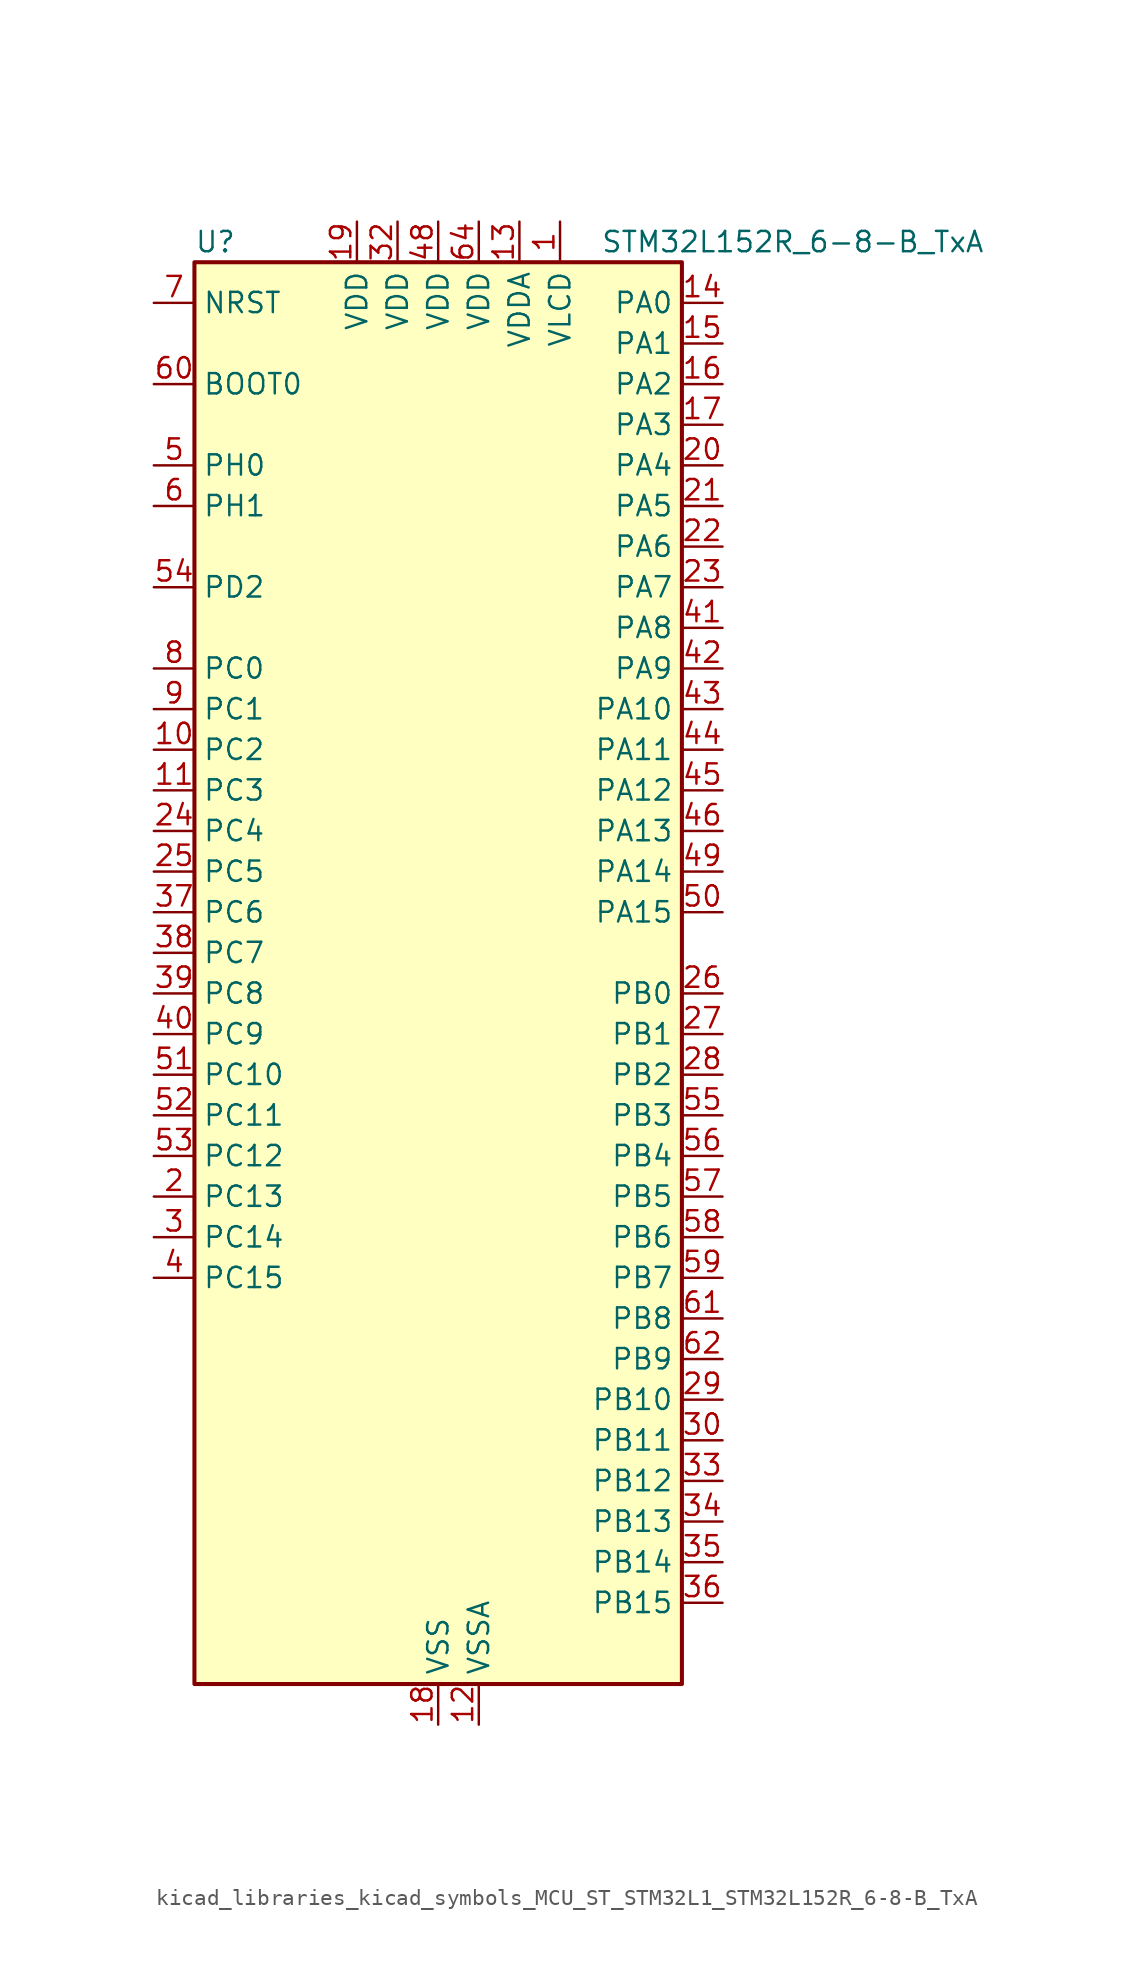
<source format=kicad_sym>
(kicad_symbol_lib
  (version 20220914)
  (generator kicad_symbol_editor)
  (symbol "kicad_libraries_kicad_symbols_MCU_ST_STM32L1_STM32L152R_6-8-B_TxA"
    (property "Reference" "U"
      (at -15.24 46.99 0)
      (effects (font (size 1.27 1.27)) (justify left)))
    (property "Value" "STM32L152R_6-8-B_TxA"
      (at 10.16 46.99 0)
      (effects (font (size 1.27 1.27)) (justify left)))
    (property "ki_locked" ""
      (at 0 0 0)
      (effects (font (size 1.27 1.27))))
    (symbol "kicad_libraries_kicad_symbols_MCU_ST_STM32L1_STM32L152R_6-8-B_TxA_0_1"
      (rectangle (start -15.24 -43.18) (end 15.24 45.72) (stroke (width 0.254) (type default)) (fill (type background))))
    (symbol "kicad_libraries_kicad_symbols_MCU_ST_STM32L1_STM32L152R_6-8-B_TxA_1_1"
      (pin power_in line (at 7.62 48.26 270) (length 2.54) (name "VLCD" (effects (font (size 1.27 1.27)))) (number "1" (effects (font (size 1.27 1.27)))))
      (pin bidirectional line (at -17.78 15.24 0) (length 2.54) (name "PC2" (effects (font (size 1.27 1.27)))) (number "10" (effects (font (size 1.27 1.27)))) (alternate "ADC_IN12" bidirectional line) (alternate "COMP1_INP" bidirectional line) (alternate "LCD_SEG20" bidirectional line) (alternate "TIMX_IC3" bidirectional line) (alternate "TS_G8_IO3" bidirectional line))
      (pin bidirectional line (at -17.78 12.7 0) (length 2.54) (name "PC3" (effects (font (size 1.27 1.27)))) (number "11" (effects (font (size 1.27 1.27)))) (alternate "ADC_IN13" bidirectional line) (alternate "COMP1_INP" bidirectional line) (alternate "LCD_SEG21" bidirectional line) (alternate "TIMX_IC4" bidirectional line) (alternate "TS_G8_IO4" bidirectional line))
      (pin power_in line (at 2.54 -45.72 90) (length 2.54) (name "VSSA" (effects (font (size 1.27 1.27)))) (number "12" (effects (font (size 1.27 1.27)))))
      (pin power_in line (at 5.08 48.26 270) (length 2.54) (name "VDDA" (effects (font (size 1.27 1.27)))) (number "13" (effects (font (size 1.27 1.27)))))
      (pin bidirectional line (at 17.78 43.18 180) (length 2.54) (name "PA0" (effects (font (size 1.27 1.27)))) (number "14" (effects (font (size 1.27 1.27)))) (alternate "ADC_IN0" bidirectional line) (alternate "COMP1_INP" bidirectional line) (alternate "RTC_TAMP2" bidirectional line) (alternate "SYS_WKUP1" bidirectional line) (alternate "TIM2_CH1" bidirectional line) (alternate "TIM2_ETR" bidirectional line) (alternate "TIMX_IC1" bidirectional line) (alternate "TS_G1_IO1" bidirectional line) (alternate "USART2_CTS" bidirectional line))
      (pin bidirectional line (at 17.78 40.64 180) (length 2.54) (name "PA1" (effects (font (size 1.27 1.27)))) (number "15" (effects (font (size 1.27 1.27)))) (alternate "ADC_IN1" bidirectional line) (alternate "COMP1_INP" bidirectional line) (alternate "LCD_SEG0" bidirectional line) (alternate "TIM2_CH2" bidirectional line) (alternate "TIMX_IC2" bidirectional line) (alternate "TS_G1_IO2" bidirectional line) (alternate "USART2_RTS" bidirectional line))
      (pin bidirectional line (at 17.78 38.1 180) (length 2.54) (name "PA2" (effects (font (size 1.27 1.27)))) (number "16" (effects (font (size 1.27 1.27)))) (alternate "ADC_IN2" bidirectional line) (alternate "COMP1_INP" bidirectional line) (alternate "LCD_SEG1" bidirectional line) (alternate "TIM2_CH3" bidirectional line) (alternate "TIM9_CH1" bidirectional line) (alternate "TIMX_IC3" bidirectional line) (alternate "TS_G1_IO3" bidirectional line) (alternate "USART2_TX" bidirectional line))
      (pin bidirectional line (at 17.78 35.56 180) (length 2.54) (name "PA3" (effects (font (size 1.27 1.27)))) (number "17" (effects (font (size 1.27 1.27)))) (alternate "ADC_IN3" bidirectional line) (alternate "COMP1_INP" bidirectional line) (alternate "LCD_SEG2" bidirectional line) (alternate "TIM2_CH4" bidirectional line) (alternate "TIM9_CH2" bidirectional line) (alternate "TIMX_IC4" bidirectional line) (alternate "TS_G1_IO4" bidirectional line) (alternate "USART2_RX" bidirectional line))
      (pin power_in line (at 0 -45.72 90) (length 2.54) (name "VSS" (effects (font (size 1.27 1.27)))) (number "18" (effects (font (size 1.27 1.27)))))
      (pin power_in line (at -5.08 48.26 270) (length 2.54) (name "VDD" (effects (font (size 1.27 1.27)))) (number "19" (effects (font (size 1.27 1.27)))))
      (pin bidirectional line (at -17.78 -12.7 0) (length 2.54) (name "PC13" (effects (font (size 1.27 1.27)))) (number "2" (effects (font (size 1.27 1.27)))) (alternate "RTC_OUT_ALARM" bidirectional line) (alternate "RTC_OUT_CALIB" bidirectional line) (alternate "RTC_TAMP1" bidirectional line) (alternate "RTC_TS" bidirectional line) (alternate "SYS_WKUP2" bidirectional line) (alternate "TIMX_IC2" bidirectional line))
      (pin bidirectional line (at 17.78 33.02 180) (length 2.54) (name "PA4" (effects (font (size 1.27 1.27)))) (number "20" (effects (font (size 1.27 1.27)))) (alternate "ADC_IN4" bidirectional line) (alternate "COMP1_INP" bidirectional line) (alternate "DAC_OUT1" bidirectional line) (alternate "SPI1_NSS" bidirectional line) (alternate "TIMX_IC1" bidirectional line) (alternate "USART2_CK" bidirectional line))
      (pin bidirectional line (at 17.78 30.48 180) (length 2.54) (name "PA5" (effects (font (size 1.27 1.27)))) (number "21" (effects (font (size 1.27 1.27)))) (alternate "ADC_IN5" bidirectional line) (alternate "COMP1_INP" bidirectional line) (alternate "DAC_OUT2" bidirectional line) (alternate "SPI1_SCK" bidirectional line) (alternate "TIM2_CH1" bidirectional line) (alternate "TIM2_ETR" bidirectional line) (alternate "TIMX_IC2" bidirectional line))
      (pin bidirectional line (at 17.78 27.94 180) (length 2.54) (name "PA6" (effects (font (size 1.27 1.27)))) (number "22" (effects (font (size 1.27 1.27)))) (alternate "ADC_IN6" bidirectional line) (alternate "COMP1_INP" bidirectional line) (alternate "LCD_SEG3" bidirectional line) (alternate "SPI1_MISO" bidirectional line) (alternate "TIM10_CH1" bidirectional line) (alternate "TIM3_CH1" bidirectional line) (alternate "TIMX_IC3" bidirectional line) (alternate "TS_G2_IO1" bidirectional line))
      (pin bidirectional line (at 17.78 25.4 180) (length 2.54) (name "PA7" (effects (font (size 1.27 1.27)))) (number "23" (effects (font (size 1.27 1.27)))) (alternate "ADC_IN7" bidirectional line) (alternate "COMP1_INP" bidirectional line) (alternate "LCD_SEG4" bidirectional line) (alternate "SPI1_MOSI" bidirectional line) (alternate "TIM11_CH1" bidirectional line) (alternate "TIM3_CH2" bidirectional line) (alternate "TIMX_IC4" bidirectional line) (alternate "TS_G2_IO2" bidirectional line))
      (pin bidirectional line (at -17.78 10.16 0) (length 2.54) (name "PC4" (effects (font (size 1.27 1.27)))) (number "24" (effects (font (size 1.27 1.27)))) (alternate "ADC_IN14" bidirectional line) (alternate "COMP1_INP" bidirectional line) (alternate "LCD_SEG22" bidirectional line) (alternate "TIMX_IC1" bidirectional line) (alternate "TS_G9_IO1" bidirectional line))
      (pin bidirectional line (at -17.78 7.62 0) (length 2.54) (name "PC5" (effects (font (size 1.27 1.27)))) (number "25" (effects (font (size 1.27 1.27)))) (alternate "ADC_IN15" bidirectional line) (alternate "COMP1_INP" bidirectional line) (alternate "LCD_SEG23" bidirectional line) (alternate "TIMX_IC2" bidirectional line) (alternate "TS_G9_IO2" bidirectional line))
      (pin bidirectional line (at 17.78 0 180) (length 2.54) (name "PB0" (effects (font (size 1.27 1.27)))) (number "26" (effects (font (size 1.27 1.27)))) (alternate "ADC_IN8" bidirectional line) (alternate "COMP1_INP" bidirectional line) (alternate "LCD_SEG5" bidirectional line) (alternate "SYS_V_REF_OUT" bidirectional line) (alternate "TIM3_CH3" bidirectional line) (alternate "TS_G3_IO1" bidirectional line))
      (pin bidirectional line (at 17.78 -2.54 180) (length 2.54) (name "PB1" (effects (font (size 1.27 1.27)))) (number "27" (effects (font (size 1.27 1.27)))) (alternate "ADC_IN9" bidirectional line) (alternate "COMP1_INP" bidirectional line) (alternate "LCD_SEG6" bidirectional line) (alternate "SYS_V_REF_OUT" bidirectional line) (alternate "TIM3_CH4" bidirectional line) (alternate "TS_G3_IO2" bidirectional line))
      (pin bidirectional line (at 17.78 -5.08 180) (length 2.54) (name "PB2" (effects (font (size 1.27 1.27)))) (number "28" (effects (font (size 1.27 1.27)))) (alternate "TS_G3_IO3" bidirectional line))
      (pin bidirectional line (at 17.78 -25.4 180) (length 2.54) (name "PB10" (effects (font (size 1.27 1.27)))) (number "29" (effects (font (size 1.27 1.27)))) (alternate "I2C2_SCL" bidirectional line) (alternate "LCD_SEG10" bidirectional line) (alternate "TIM2_CH3" bidirectional line) (alternate "USART3_TX" bidirectional line))
      (pin bidirectional line (at -17.78 -15.24 0) (length 2.54) (name "PC14" (effects (font (size 1.27 1.27)))) (number "3" (effects (font (size 1.27 1.27)))) (alternate "RCC_OSC32_IN" bidirectional line) (alternate "TIMX_IC3" bidirectional line))
      (pin bidirectional line (at 17.78 -27.94 180) (length 2.54) (name "PB11" (effects (font (size 1.27 1.27)))) (number "30" (effects (font (size 1.27 1.27)))) (alternate "ADC_EXTI11" bidirectional line) (alternate "I2C2_SDA" bidirectional line) (alternate "LCD_SEG11" bidirectional line) (alternate "TIM2_CH4" bidirectional line) (alternate "USART3_RX" bidirectional line))
      (pin passive line (at 0 -45.72 90) (length 2.54) hide (name "VSS" (effects (font (size 1.27 1.27)))) (number "31" (effects (font (size 1.27 1.27)))))
      (pin power_in line (at -2.54 48.26 270) (length 2.54) (name "VDD" (effects (font (size 1.27 1.27)))) (number "32" (effects (font (size 1.27 1.27)))))
      (pin bidirectional line (at 17.78 -30.48 180) (length 2.54) (name "PB12" (effects (font (size 1.27 1.27)))) (number "33" (effects (font (size 1.27 1.27)))) (alternate "ADC_IN18" bidirectional line) (alternate "COMP1_INP" bidirectional line) (alternate "I2C2_SMBA" bidirectional line) (alternate "LCD_SEG12" bidirectional line) (alternate "SPI2_NSS" bidirectional line) (alternate "TIM10_CH1" bidirectional line) (alternate "TS_G7_IO1" bidirectional line) (alternate "USART3_CK" bidirectional line))
      (pin bidirectional line (at 17.78 -33.02 180) (length 2.54) (name "PB13" (effects (font (size 1.27 1.27)))) (number "34" (effects (font (size 1.27 1.27)))) (alternate "ADC_IN19" bidirectional line) (alternate "COMP1_INP" bidirectional line) (alternate "LCD_SEG13" bidirectional line) (alternate "SPI2_SCK" bidirectional line) (alternate "TIM9_CH1" bidirectional line) (alternate "TS_G7_IO2" bidirectional line) (alternate "USART3_CTS" bidirectional line))
      (pin bidirectional line (at 17.78 -35.56 180) (length 2.54) (name "PB14" (effects (font (size 1.27 1.27)))) (number "35" (effects (font (size 1.27 1.27)))) (alternate "ADC_IN20" bidirectional line) (alternate "COMP1_INP" bidirectional line) (alternate "LCD_SEG14" bidirectional line) (alternate "SPI2_MISO" bidirectional line) (alternate "TIM9_CH2" bidirectional line) (alternate "TS_G7_IO3" bidirectional line) (alternate "USART3_RTS" bidirectional line))
      (pin bidirectional line (at 17.78 -38.1 180) (length 2.54) (name "PB15" (effects (font (size 1.27 1.27)))) (number "36" (effects (font (size 1.27 1.27)))) (alternate "ADC_EXTI15" bidirectional line) (alternate "ADC_IN21" bidirectional line) (alternate "COMP1_INP" bidirectional line) (alternate "LCD_SEG15" bidirectional line) (alternate "RTC_REFIN" bidirectional line) (alternate "SPI2_MOSI" bidirectional line) (alternate "TIM11_CH1" bidirectional line) (alternate "TS_G7_IO4" bidirectional line))
      (pin bidirectional line (at -17.78 5.08 0) (length 2.54) (name "PC6" (effects (font (size 1.27 1.27)))) (number "37" (effects (font (size 1.27 1.27)))) (alternate "LCD_SEG24" bidirectional line) (alternate "TIM3_CH1" bidirectional line) (alternate "TIMX_IC3" bidirectional line) (alternate "TS_G10_IO1" bidirectional line))
      (pin bidirectional line (at -17.78 2.54 0) (length 2.54) (name "PC7" (effects (font (size 1.27 1.27)))) (number "38" (effects (font (size 1.27 1.27)))) (alternate "LCD_SEG25" bidirectional line) (alternate "TIM3_CH2" bidirectional line) (alternate "TIMX_IC4" bidirectional line) (alternate "TS_G10_IO2" bidirectional line))
      (pin bidirectional line (at -17.78 0 0) (length 2.54) (name "PC8" (effects (font (size 1.27 1.27)))) (number "39" (effects (font (size 1.27 1.27)))) (alternate "LCD_SEG26" bidirectional line) (alternate "TIM3_CH3" bidirectional line) (alternate "TIMX_IC1" bidirectional line) (alternate "TS_G10_IO3" bidirectional line))
      (pin bidirectional line (at -17.78 -17.78 0) (length 2.54) (name "PC15" (effects (font (size 1.27 1.27)))) (number "4" (effects (font (size 1.27 1.27)))) (alternate "ADC_EXTI15" bidirectional line) (alternate "RCC_OSC32_OUT" bidirectional line) (alternate "TIMX_IC4" bidirectional line))
      (pin bidirectional line (at -17.78 -2.54 0) (length 2.54) (name "PC9" (effects (font (size 1.27 1.27)))) (number "40" (effects (font (size 1.27 1.27)))) (alternate "DAC_EXTI9" bidirectional line) (alternate "LCD_SEG27" bidirectional line) (alternate "TIM3_CH4" bidirectional line) (alternate "TIMX_IC2" bidirectional line) (alternate "TS_G10_IO4" bidirectional line))
      (pin bidirectional line (at 17.78 22.86 180) (length 2.54) (name "PA8" (effects (font (size 1.27 1.27)))) (number "41" (effects (font (size 1.27 1.27)))) (alternate "LCD_COM0" bidirectional line) (alternate "RCC_MCO" bidirectional line) (alternate "TIMX_IC1" bidirectional line) (alternate "TS_G4_IO1" bidirectional line) (alternate "USART1_CK" bidirectional line))
      (pin bidirectional line (at 17.78 20.32 180) (length 2.54) (name "PA9" (effects (font (size 1.27 1.27)))) (number "42" (effects (font (size 1.27 1.27)))) (alternate "DAC_EXTI9" bidirectional line) (alternate "LCD_COM1" bidirectional line) (alternate "TIMX_IC2" bidirectional line) (alternate "TS_G4_IO2" bidirectional line) (alternate "USART1_TX" bidirectional line))
      (pin bidirectional line (at 17.78 17.78 180) (length 2.54) (name "PA10" (effects (font (size 1.27 1.27)))) (number "43" (effects (font (size 1.27 1.27)))) (alternate "LCD_COM2" bidirectional line) (alternate "TIMX_IC3" bidirectional line) (alternate "TS_G4_IO3" bidirectional line) (alternate "USART1_RX" bidirectional line))
      (pin bidirectional line (at 17.78 15.24 180) (length 2.54) (name "PA11" (effects (font (size 1.27 1.27)))) (number "44" (effects (font (size 1.27 1.27)))) (alternate "ADC_EXTI11" bidirectional line) (alternate "SPI1_MISO" bidirectional line) (alternate "TIMX_IC4" bidirectional line) (alternate "USART1_CTS" bidirectional line) (alternate "USB_DM" bidirectional line))
      (pin bidirectional line (at 17.78 12.7 180) (length 2.54) (name "PA12" (effects (font (size 1.27 1.27)))) (number "45" (effects (font (size 1.27 1.27)))) (alternate "SPI1_MOSI" bidirectional line) (alternate "TIMX_IC1" bidirectional line) (alternate "USART1_RTS" bidirectional line) (alternate "USB_DP" bidirectional line))
      (pin bidirectional line (at 17.78 10.16 180) (length 2.54) (name "PA13" (effects (font (size 1.27 1.27)))) (number "46" (effects (font (size 1.27 1.27)))) (alternate "SYS_JTMS-SWDIO" bidirectional line) (alternate "TIMX_IC2" bidirectional line) (alternate "TS_G5_IO1" bidirectional line))
      (pin passive line (at 0 -45.72 90) (length 2.54) hide (name "VSS" (effects (font (size 1.27 1.27)))) (number "47" (effects (font (size 1.27 1.27)))))
      (pin power_in line (at 0 48.26 270) (length 2.54) (name "VDD" (effects (font (size 1.27 1.27)))) (number "48" (effects (font (size 1.27 1.27)))))
      (pin bidirectional line (at 17.78 7.62 180) (length 2.54) (name "PA14" (effects (font (size 1.27 1.27)))) (number "49" (effects (font (size 1.27 1.27)))) (alternate "SYS_JTCK-SWCLK" bidirectional line) (alternate "TIMX_IC3" bidirectional line) (alternate "TS_G5_IO2" bidirectional line))
      (pin bidirectional line (at -17.78 33.02 0) (length 2.54) (name "PH0" (effects (font (size 1.27 1.27)))) (number "5" (effects (font (size 1.27 1.27)))) (alternate "RCC_OSC_IN" bidirectional line))
      (pin bidirectional line (at 17.78 5.08 180) (length 2.54) (name "PA15" (effects (font (size 1.27 1.27)))) (number "50" (effects (font (size 1.27 1.27)))) (alternate "ADC_EXTI15" bidirectional line) (alternate "LCD_SEG17" bidirectional line) (alternate "SPI1_NSS" bidirectional line) (alternate "SYS_JTDI" bidirectional line) (alternate "TIM2_CH1" bidirectional line) (alternate "TIM2_ETR" bidirectional line) (alternate "TIMX_IC4" bidirectional line) (alternate "TS_G5_IO3" bidirectional line))
      (pin bidirectional line (at -17.78 -5.08 0) (length 2.54) (name "PC10" (effects (font (size 1.27 1.27)))) (number "51" (effects (font (size 1.27 1.27)))) (alternate "LCD_COM4" bidirectional line) (alternate "LCD_SEG28" bidirectional line) (alternate "LCD_SEG40" bidirectional line) (alternate "TIMX_IC3" bidirectional line) (alternate "USART3_TX" bidirectional line))
      (pin bidirectional line (at -17.78 -7.62 0) (length 2.54) (name "PC11" (effects (font (size 1.27 1.27)))) (number "52" (effects (font (size 1.27 1.27)))) (alternate "ADC_EXTI11" bidirectional line) (alternate "LCD_COM5" bidirectional line) (alternate "LCD_SEG29" bidirectional line) (alternate "LCD_SEG41" bidirectional line) (alternate "TIMX_IC4" bidirectional line) (alternate "USART3_RX" bidirectional line))
      (pin bidirectional line (at -17.78 -10.16 0) (length 2.54) (name "PC12" (effects (font (size 1.27 1.27)))) (number "53" (effects (font (size 1.27 1.27)))) (alternate "LCD_COM6" bidirectional line) (alternate "LCD_SEG30" bidirectional line) (alternate "LCD_SEG42" bidirectional line) (alternate "TIMX_IC1" bidirectional line) (alternate "USART3_CK" bidirectional line))
      (pin bidirectional line (at -17.78 25.4 0) (length 2.54) (name "PD2" (effects (font (size 1.27 1.27)))) (number "54" (effects (font (size 1.27 1.27)))) (alternate "LCD_COM7" bidirectional line) (alternate "LCD_SEG31" bidirectional line) (alternate "LCD_SEG43" bidirectional line) (alternate "TIM3_ETR" bidirectional line) (alternate "TIMX_IC3" bidirectional line))
      (pin bidirectional line (at 17.78 -7.62 180) (length 2.54) (name "PB3" (effects (font (size 1.27 1.27)))) (number "55" (effects (font (size 1.27 1.27)))) (alternate "COMP2_INM" bidirectional line) (alternate "LCD_SEG7" bidirectional line) (alternate "SPI1_SCK" bidirectional line) (alternate "SYS_JTDO-TRACESWO" bidirectional line) (alternate "TIM2_CH2" bidirectional line))
      (pin bidirectional line (at 17.78 -10.16 180) (length 2.54) (name "PB4" (effects (font (size 1.27 1.27)))) (number "56" (effects (font (size 1.27 1.27)))) (alternate "COMP2_INP" bidirectional line) (alternate "LCD_SEG8" bidirectional line) (alternate "SPI1_MISO" bidirectional line) (alternate "SYS_JTRST" bidirectional line) (alternate "TIM3_CH1" bidirectional line) (alternate "TS_G6_IO1" bidirectional line))
      (pin bidirectional line (at 17.78 -12.7 180) (length 2.54) (name "PB5" (effects (font (size 1.27 1.27)))) (number "57" (effects (font (size 1.27 1.27)))) (alternate "COMP2_INP" bidirectional line) (alternate "I2C1_SMBA" bidirectional line) (alternate "LCD_SEG9" bidirectional line) (alternate "SPI1_MOSI" bidirectional line) (alternate "TIM3_CH2" bidirectional line) (alternate "TS_G6_IO2" bidirectional line))
      (pin bidirectional line (at 17.78 -15.24 180) (length 2.54) (name "PB6" (effects (font (size 1.27 1.27)))) (number "58" (effects (font (size 1.27 1.27)))) (alternate "I2C1_SCL" bidirectional line) (alternate "TIM4_CH1" bidirectional line) (alternate "TS_G6_IO3" bidirectional line) (alternate "USART1_TX" bidirectional line))
      (pin bidirectional line (at 17.78 -17.78 180) (length 2.54) (name "PB7" (effects (font (size 1.27 1.27)))) (number "59" (effects (font (size 1.27 1.27)))) (alternate "I2C1_SDA" bidirectional line) (alternate "SYS_PVD_IN" bidirectional line) (alternate "TIM4_CH2" bidirectional line) (alternate "TS_G6_IO4" bidirectional line) (alternate "USART1_RX" bidirectional line))
      (pin bidirectional line (at -17.78 30.48 0) (length 2.54) (name "PH1" (effects (font (size 1.27 1.27)))) (number "6" (effects (font (size 1.27 1.27)))) (alternate "RCC_OSC_OUT" bidirectional line))
      (pin input line (at -17.78 38.1 0) (length 2.54) (name "BOOT0" (effects (font (size 1.27 1.27)))) (number "60" (effects (font (size 1.27 1.27)))))
      (pin bidirectional line (at 17.78 -20.32 180) (length 2.54) (name "PB8" (effects (font (size 1.27 1.27)))) (number "61" (effects (font (size 1.27 1.27)))) (alternate "I2C1_SCL" bidirectional line) (alternate "LCD_SEG16" bidirectional line) (alternate "TIM10_CH1" bidirectional line) (alternate "TIM4_CH3" bidirectional line))
      (pin bidirectional line (at 17.78 -22.86 180) (length 2.54) (name "PB9" (effects (font (size 1.27 1.27)))) (number "62" (effects (font (size 1.27 1.27)))) (alternate "DAC_EXTI9" bidirectional line) (alternate "I2C1_SDA" bidirectional line) (alternate "LCD_COM3" bidirectional line) (alternate "TIM11_CH1" bidirectional line) (alternate "TIM4_CH4" bidirectional line))
      (pin passive line (at 0 -45.72 90) (length 2.54) hide (name "VSS" (effects (font (size 1.27 1.27)))) (number "63" (effects (font (size 1.27 1.27)))))
      (pin power_in line (at 2.54 48.26 270) (length 2.54) (name "VDD" (effects (font (size 1.27 1.27)))) (number "64" (effects (font (size 1.27 1.27)))))
      (pin input line (at -17.78 43.18 0) (length 2.54) (name "NRST" (effects (font (size 1.27 1.27)))) (number "7" (effects (font (size 1.27 1.27)))))
      (pin bidirectional line (at -17.78 20.32 0) (length 2.54) (name "PC0" (effects (font (size 1.27 1.27)))) (number "8" (effects (font (size 1.27 1.27)))) (alternate "ADC_IN10" bidirectional line) (alternate "COMP1_INP" bidirectional line) (alternate "LCD_SEG18" bidirectional line) (alternate "TIMX_IC1" bidirectional line) (alternate "TS_G8_IO1" bidirectional line))
      (pin bidirectional line (at -17.78 17.78 0) (length 2.54) (name "PC1" (effects (font (size 1.27 1.27)))) (number "9" (effects (font (size 1.27 1.27)))) (alternate "ADC_IN11" bidirectional line) (alternate "COMP1_INP" bidirectional line) (alternate "LCD_SEG19" bidirectional line) (alternate "TIMX_IC2" bidirectional line) (alternate "TS_G8_IO2" bidirectional line)))))
</source>
